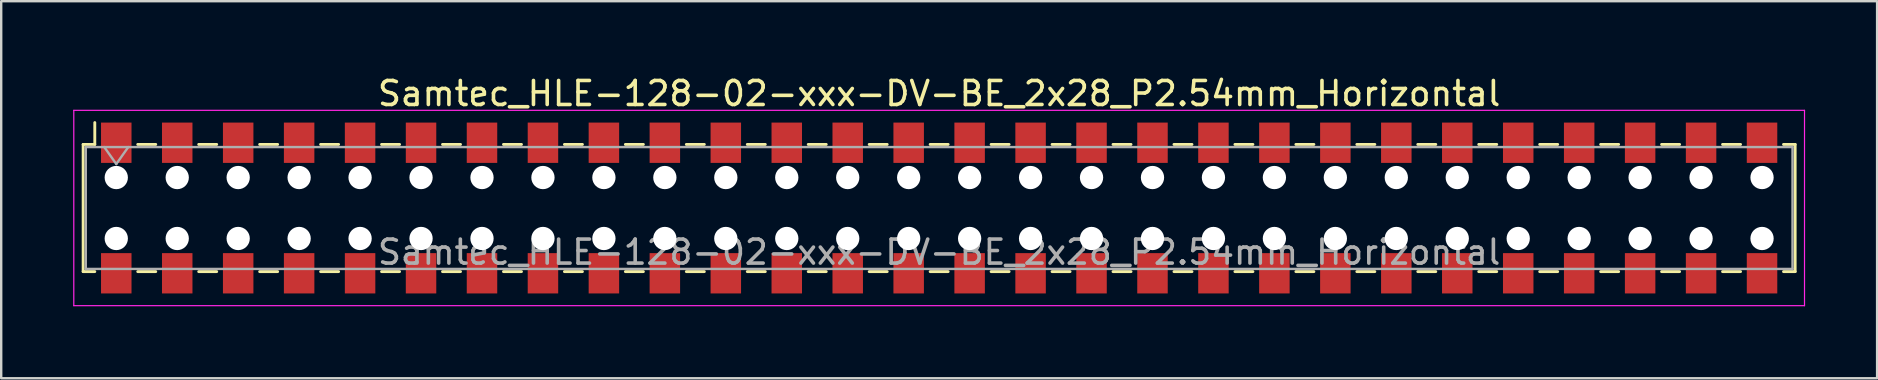
<source format=kicad_pcb>
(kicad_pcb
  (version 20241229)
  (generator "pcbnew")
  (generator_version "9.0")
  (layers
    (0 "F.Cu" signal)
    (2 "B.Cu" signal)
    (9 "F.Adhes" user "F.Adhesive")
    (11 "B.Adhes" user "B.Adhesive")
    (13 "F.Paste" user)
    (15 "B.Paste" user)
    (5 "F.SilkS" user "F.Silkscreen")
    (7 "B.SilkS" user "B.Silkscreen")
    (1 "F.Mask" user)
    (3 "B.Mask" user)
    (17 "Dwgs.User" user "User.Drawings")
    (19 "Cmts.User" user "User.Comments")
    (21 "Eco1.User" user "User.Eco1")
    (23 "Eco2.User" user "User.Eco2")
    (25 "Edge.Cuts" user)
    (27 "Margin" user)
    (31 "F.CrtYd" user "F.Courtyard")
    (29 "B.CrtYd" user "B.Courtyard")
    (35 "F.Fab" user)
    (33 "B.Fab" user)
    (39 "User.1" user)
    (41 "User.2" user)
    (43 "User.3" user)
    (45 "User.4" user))
  (footprint "Samtec_HLE-128-02-xxx-DV-BE_2x28_P2.54mm_Horizontal"
    (layer "F.Cu")
    (at 36.085 5.618)
    (property "Reference" "Samtec_HLE-128-02-xxx-DV-BE_2x28_P2.54mm_Horizontal" (at 0 -4.77 0) (layer "F.SilkS") (effects (font (size 1 1) (thickness 0.15))))
    (attr smd)
    (fp_line (start -35.67 -2.65) (end -35.67 2.65) (stroke (width 0.12) (type solid)) (layer "F.SilkS"))
    (fp_line (start -35.67 2.65) (end -35.185 2.65) (stroke (width 0.12) (type solid)) (layer "F.SilkS"))
    (fp_line (start -35.185 -3.56) (end -35.185 -2.65) (stroke (width 0.12) (type solid)) (layer "F.SilkS"))
    (fp_line (start -35.185 -2.65) (end -35.67 -2.65) (stroke (width 0.12) (type solid)) (layer "F.SilkS"))
    (fp_line (start -33.395 -2.65) (end -32.645 -2.65) (stroke (width 0.12) (type solid)) (layer "F.SilkS"))
    (fp_line (start -33.395 2.65) (end -32.645 2.65) (stroke (width 0.12) (type solid)) (layer "F.SilkS"))
    (fp_line (start -30.855 -2.65) (end -30.105 -2.65) (stroke (width 0.12) (type solid)) (layer "F.SilkS"))
    (fp_line (start -30.855 2.65) (end -30.105 2.65) (stroke (width 0.12) (type solid)) (layer "F.SilkS"))
    (fp_line (start -28.315 -2.65) (end -27.565 -2.65) (stroke (width 0.12) (type solid)) (layer "F.SilkS"))
    (fp_line (start -28.315 2.65) (end -27.565 2.65) (stroke (width 0.12) (type solid)) (layer "F.SilkS"))
    (fp_line (start -25.775 -2.65) (end -25.025 -2.65) (stroke (width 0.12) (type solid)) (layer "F.SilkS"))
    (fp_line (start -25.775 2.65) (end -25.025 2.65) (stroke (width 0.12) (type solid)) (layer "F.SilkS"))
    (fp_line (start -23.235 -2.65) (end -22.485 -2.65) (stroke (width 0.12) (type solid)) (layer "F.SilkS"))
    (fp_line (start -23.235 2.65) (end -22.485 2.65) (stroke (width 0.12) (type solid)) (layer "F.SilkS"))
    (fp_line (start -20.695 -2.65) (end -19.945 -2.65) (stroke (width 0.12) (type solid)) (layer "F.SilkS"))
    (fp_line (start -20.695 2.65) (end -19.945 2.65) (stroke (width 0.12) (type solid)) (layer "F.SilkS"))
    (fp_line (start -18.155 -2.65) (end -17.405 -2.65) (stroke (width 0.12) (type solid)) (layer "F.SilkS"))
    (fp_line (start -18.155 2.65) (end -17.405 2.65) (stroke (width 0.12) (type solid)) (layer "F.SilkS"))
    (fp_line (start -15.615 -2.65) (end -14.865 -2.65) (stroke (width 0.12) (type solid)) (layer "F.SilkS"))
    (fp_line (start -15.615 2.65) (end -14.865 2.65) (stroke (width 0.12) (type solid)) (layer "F.SilkS"))
    (fp_line (start -13.075 -2.65) (end -12.325 -2.65) (stroke (width 0.12) (type solid)) (layer "F.SilkS"))
    (fp_line (start -13.075 2.65) (end -12.325 2.65) (stroke (width 0.12) (type solid)) (layer "F.SilkS"))
    (fp_line (start -10.535 -2.65) (end -9.785 -2.65) (stroke (width 0.12) (type solid)) (layer "F.SilkS"))
    (fp_line (start -10.535 2.65) (end -9.785 2.65) (stroke (width 0.12) (type solid)) (layer "F.SilkS"))
    (fp_line (start -7.995 -2.65) (end -7.245 -2.65) (stroke (width 0.12) (type solid)) (layer "F.SilkS"))
    (fp_line (start -7.995 2.65) (end -7.245 2.65) (stroke (width 0.12) (type solid)) (layer "F.SilkS"))
    (fp_line (start -5.455 -2.65) (end -4.705 -2.65) (stroke (width 0.12) (type solid)) (layer "F.SilkS"))
    (fp_line (start -5.455 2.65) (end -4.705 2.65) (stroke (width 0.12) (type solid)) (layer "F.SilkS"))
    (fp_line (start -2.915 -2.65) (end -2.165 -2.65) (stroke (width 0.12) (type solid)) (layer "F.SilkS"))
    (fp_line (start -2.915 2.65) (end -2.165 2.65) (stroke (width 0.12) (type solid)) (layer "F.SilkS"))
    (fp_line (start -0.375 -2.65) (end 0.375 -2.65) (stroke (width 0.12) (type solid)) (layer "F.SilkS"))
    (fp_line (start -0.375 2.65) (end 0.375 2.65) (stroke (width 0.12) (type solid)) (layer "F.SilkS"))
    (fp_line (start 2.165 -2.65) (end 2.915 -2.65) (stroke (width 0.12) (type solid)) (layer "F.SilkS"))
    (fp_line (start 2.165 2.65) (end 2.915 2.65) (stroke (width 0.12) (type solid)) (layer "F.SilkS"))
    (fp_line (start 4.705 -2.65) (end 5.455 -2.65) (stroke (width 0.12) (type solid)) (layer "F.SilkS"))
    (fp_line (start 4.705 2.65) (end 5.455 2.65) (stroke (width 0.12) (type solid)) (layer "F.SilkS"))
    (fp_line (start 7.245 -2.65) (end 7.995 -2.65) (stroke (width 0.12) (type solid)) (layer "F.SilkS"))
    (fp_line (start 7.245 2.65) (end 7.995 2.65) (stroke (width 0.12) (type solid)) (layer "F.SilkS"))
    (fp_line (start 9.785 -2.65) (end 10.535 -2.65) (stroke (width 0.12) (type solid)) (layer "F.SilkS"))
    (fp_line (start 9.785 2.65) (end 10.535 2.65) (stroke (width 0.12) (type solid)) (layer "F.SilkS"))
    (fp_line (start 12.325 -2.65) (end 13.075 -2.65) (stroke (width 0.12) (type solid)) (layer "F.SilkS"))
    (fp_line (start 12.325 2.65) (end 13.075 2.65) (stroke (width 0.12) (type solid)) (layer "F.SilkS"))
    (fp_line (start 14.865 -2.65) (end 15.615 -2.65) (stroke (width 0.12) (type solid)) (layer "F.SilkS"))
    (fp_line (start 14.865 2.65) (end 15.615 2.65) (stroke (width 0.12) (type solid)) (layer "F.SilkS"))
    (fp_line (start 17.405 -2.65) (end 18.155 -2.65) (stroke (width 0.12) (type solid)) (layer "F.SilkS"))
    (fp_line (start 17.405 2.65) (end 18.155 2.65) (stroke (width 0.12) (type solid)) (layer "F.SilkS"))
    (fp_line (start 19.945 -2.65) (end 20.695 -2.65) (stroke (width 0.12) (type solid)) (layer "F.SilkS"))
    (fp_line (start 19.945 2.65) (end 20.695 2.65) (stroke (width 0.12) (type solid)) (layer "F.SilkS"))
    (fp_line (start 22.485 -2.65) (end 23.235 -2.65) (stroke (width 0.12) (type solid)) (layer "F.SilkS"))
    (fp_line (start 22.485 2.65) (end 23.235 2.65) (stroke (width 0.12) (type solid)) (layer "F.SilkS"))
    (fp_line (start 25.025 -2.65) (end 25.775 -2.65) (stroke (width 0.12) (type solid)) (layer "F.SilkS"))
    (fp_line (start 25.025 2.65) (end 25.775 2.65) (stroke (width 0.12) (type solid)) (layer "F.SilkS"))
    (fp_line (start 27.565 -2.65) (end 28.315 -2.65) (stroke (width 0.12) (type solid)) (layer "F.SilkS"))
    (fp_line (start 27.565 2.65) (end 28.315 2.65) (stroke (width 0.12) (type solid)) (layer "F.SilkS"))
    (fp_line (start 30.105 -2.65) (end 30.855 -2.65) (stroke (width 0.12) (type solid)) (layer "F.SilkS"))
    (fp_line (start 30.105 2.65) (end 30.855 2.65) (stroke (width 0.12) (type solid)) (layer "F.SilkS"))
    (fp_line (start 32.645 -2.65) (end 33.395 -2.65) (stroke (width 0.12) (type solid)) (layer "F.SilkS"))
    (fp_line (start 32.645 2.65) (end 33.395 2.65) (stroke (width 0.12) (type solid)) (layer "F.SilkS"))
    (fp_line (start 35.185 -2.65) (end 35.67 -2.65) (stroke (width 0.12) (type solid)) (layer "F.SilkS"))
    (fp_line (start 35.67 -2.65) (end 35.67 2.65) (stroke (width 0.12) (type solid)) (layer "F.SilkS"))
    (fp_line (start 35.67 2.65) (end 35.185 2.65) (stroke (width 0.12) (type solid)) (layer "F.SilkS"))
    (fp_line (start -36.06 -4.07) (end 36.06 -4.07) (stroke (width 0.05) (type solid)) (layer "F.CrtYd"))
    (fp_line (start -36.06 4.07) (end -36.06 -4.07) (stroke (width 0.05) (type solid)) (layer "F.CrtYd"))
    (fp_line (start 36.06 -4.07) (end 36.06 4.07) (stroke (width 0.05) (type solid)) (layer "F.CrtYd"))
    (fp_line (start 36.06 4.07) (end -36.06 4.07) (stroke (width 0.05) (type solid)) (layer "F.CrtYd"))
    (fp_line (start -35.56 -2.54) (end 35.56 -2.54) (stroke (width 0.1) (type solid)) (layer "F.Fab"))
    (fp_line (start -35.56 2.54) (end -35.56 -2.54) (stroke (width 0.1) (type solid)) (layer "F.Fab"))
    (fp_line (start -34.79 -2.54) (end -34.29 -1.833) (stroke (width 0.1) (type solid)) (layer "F.Fab"))
    (fp_line (start -34.29 -1.833) (end -33.79 -2.54) (stroke (width 0.1) (type solid)) (layer "F.Fab"))
    (fp_line (start 35.56 -2.54) (end 35.56 2.54) (stroke (width 0.1) (type solid)) (layer "F.Fab"))
    (fp_line (start 35.56 2.54) (end -35.56 2.54) (stroke (width 0.1) (type solid)) (layer "F.Fab"))
    (fp_text user "${REFERENCE}" (at 0 1.84 0) (layer "F.Fab") (effects (font (size 1 1) (thickness 0.15))))
    (pad "" np_thru_hole circle (at -34.29 -1.27) (size 0.97 0.97) (drill 0.97) (layers "*.Cu" "*.Mask"))
    (pad "" np_thru_hole circle (at -34.29 1.27) (size 0.97 0.97) (drill 0.97) (layers "*.Cu" "*.Mask"))
    (pad "" np_thru_hole circle (at -31.75 -1.27) (size 0.97 0.97) (drill 0.97) (layers "*.Cu" "*.Mask"))
    (pad "" np_thru_hole circle (at -31.75 1.27) (size 0.97 0.97) (drill 0.97) (layers "*.Cu" "*.Mask"))
    (pad "" np_thru_hole circle (at -29.21 -1.27) (size 0.97 0.97) (drill 0.97) (layers "*.Cu" "*.Mask"))
    (pad "" np_thru_hole circle (at -29.21 1.27) (size 0.97 0.97) (drill 0.97) (layers "*.Cu" "*.Mask"))
    (pad "" np_thru_hole circle (at -26.67 -1.27) (size 0.97 0.97) (drill 0.97) (layers "*.Cu" "*.Mask"))
    (pad "" np_thru_hole circle (at -26.67 1.27) (size 0.97 0.97) (drill 0.97) (layers "*.Cu" "*.Mask"))
    (pad "" np_thru_hole circle (at -24.13 -1.27) (size 0.97 0.97) (drill 0.97) (layers "*.Cu" "*.Mask"))
    (pad "" np_thru_hole circle (at -24.13 1.27) (size 0.97 0.97) (drill 0.97) (layers "*.Cu" "*.Mask"))
    (pad "" np_thru_hole circle (at -21.59 -1.27) (size 0.97 0.97) (drill 0.97) (layers "*.Cu" "*.Mask"))
    (pad "" np_thru_hole circle (at -21.59 1.27) (size 0.97 0.97) (drill 0.97) (layers "*.Cu" "*.Mask"))
    (pad "" np_thru_hole circle (at -19.05 -1.27) (size 0.97 0.97) (drill 0.97) (layers "*.Cu" "*.Mask"))
    (pad "" np_thru_hole circle (at -19.05 1.27) (size 0.97 0.97) (drill 0.97) (layers "*.Cu" "*.Mask"))
    (pad "" np_thru_hole circle (at -16.51 -1.27) (size 0.97 0.97) (drill 0.97) (layers "*.Cu" "*.Mask"))
    (pad "" np_thru_hole circle (at -16.51 1.27) (size 0.97 0.97) (drill 0.97) (layers "*.Cu" "*.Mask"))
    (pad "" np_thru_hole circle (at -13.97 -1.27) (size 0.97 0.97) (drill 0.97) (layers "*.Cu" "*.Mask"))
    (pad "" np_thru_hole circle (at -13.97 1.27) (size 0.97 0.97) (drill 0.97) (layers "*.Cu" "*.Mask"))
    (pad "" np_thru_hole circle (at -11.43 -1.27) (size 0.97 0.97) (drill 0.97) (layers "*.Cu" "*.Mask"))
    (pad "" np_thru_hole circle (at -11.43 1.27) (size 0.97 0.97) (drill 0.97) (layers "*.Cu" "*.Mask"))
    (pad "" np_thru_hole circle (at -8.89 -1.27) (size 0.97 0.97) (drill 0.97) (layers "*.Cu" "*.Mask"))
    (pad "" np_thru_hole circle (at -8.89 1.27) (size 0.97 0.97) (drill 0.97) (layers "*.Cu" "*.Mask"))
    (pad "" np_thru_hole circle (at -6.35 -1.27) (size 0.97 0.97) (drill 0.97) (layers "*.Cu" "*.Mask"))
    (pad "" np_thru_hole circle (at -6.35 1.27) (size 0.97 0.97) (drill 0.97) (layers "*.Cu" "*.Mask"))
    (pad "" np_thru_hole circle (at -3.81 -1.27) (size 0.97 0.97) (drill 0.97) (layers "*.Cu" "*.Mask"))
    (pad "" np_thru_hole circle (at -3.81 1.27) (size 0.97 0.97) (drill 0.97) (layers "*.Cu" "*.Mask"))
    (pad "" np_thru_hole circle (at -1.27 -1.27) (size 0.97 0.97) (drill 0.97) (layers "*.Cu" "*.Mask"))
    (pad "" np_thru_hole circle (at -1.27 1.27) (size 0.97 0.97) (drill 0.97) (layers "*.Cu" "*.Mask"))
    (pad "" np_thru_hole circle (at 1.27 -1.27) (size 0.97 0.97) (drill 0.97) (layers "*.Cu" "*.Mask"))
    (pad "" np_thru_hole circle (at 1.27 1.27) (size 0.97 0.97) (drill 0.97) (layers "*.Cu" "*.Mask"))
    (pad "" np_thru_hole circle (at 3.81 -1.27) (size 0.97 0.97) (drill 0.97) (layers "*.Cu" "*.Mask"))
    (pad "" np_thru_hole circle (at 3.81 1.27) (size 0.97 0.97) (drill 0.97) (layers "*.Cu" "*.Mask"))
    (pad "" np_thru_hole circle (at 6.35 -1.27) (size 0.97 0.97) (drill 0.97) (layers "*.Cu" "*.Mask"))
    (pad "" np_thru_hole circle (at 6.35 1.27) (size 0.97 0.97) (drill 0.97) (layers "*.Cu" "*.Mask"))
    (pad "" np_thru_hole circle (at 8.89 -1.27) (size 0.97 0.97) (drill 0.97) (layers "*.Cu" "*.Mask"))
    (pad "" np_thru_hole circle (at 8.89 1.27) (size 0.97 0.97) (drill 0.97) (layers "*.Cu" "*.Mask"))
    (pad "" np_thru_hole circle (at 11.43 -1.27) (size 0.97 0.97) (drill 0.97) (layers "*.Cu" "*.Mask"))
    (pad "" np_thru_hole circle (at 11.43 1.27) (size 0.97 0.97) (drill 0.97) (layers "*.Cu" "*.Mask"))
    (pad "" np_thru_hole circle (at 13.97 -1.27) (size 0.97 0.97) (drill 0.97) (layers "*.Cu" "*.Mask"))
    (pad "" np_thru_hole circle (at 13.97 1.27) (size 0.97 0.97) (drill 0.97) (layers "*.Cu" "*.Mask"))
    (pad "" np_thru_hole circle (at 16.51 -1.27) (size 0.97 0.97) (drill 0.97) (layers "*.Cu" "*.Mask"))
    (pad "" np_thru_hole circle (at 16.51 1.27) (size 0.97 0.97) (drill 0.97) (layers "*.Cu" "*.Mask"))
    (pad "" np_thru_hole circle (at 19.05 -1.27) (size 0.97 0.97) (drill 0.97) (layers "*.Cu" "*.Mask"))
    (pad "" np_thru_hole circle (at 19.05 1.27) (size 0.97 0.97) (drill 0.97) (layers "*.Cu" "*.Mask"))
    (pad "" np_thru_hole circle (at 21.59 -1.27) (size 0.97 0.97) (drill 0.97) (layers "*.Cu" "*.Mask"))
    (pad "" np_thru_hole circle (at 21.59 1.27) (size 0.97 0.97) (drill 0.97) (layers "*.Cu" "*.Mask"))
    (pad "" np_thru_hole circle (at 24.13 -1.27) (size 0.97 0.97) (drill 0.97) (layers "*.Cu" "*.Mask"))
    (pad "" np_thru_hole circle (at 24.13 1.27) (size 0.97 0.97) (drill 0.97) (layers "*.Cu" "*.Mask"))
    (pad "" np_thru_hole circle (at 26.67 -1.27) (size 0.97 0.97) (drill 0.97) (layers "*.Cu" "*.Mask"))
    (pad "" np_thru_hole circle (at 26.67 1.27) (size 0.97 0.97) (drill 0.97) (layers "*.Cu" "*.Mask"))
    (pad "" np_thru_hole circle (at 29.21 -1.27) (size 0.97 0.97) (drill 0.97) (layers "*.Cu" "*.Mask"))
    (pad "" np_thru_hole circle (at 29.21 1.27) (size 0.97 0.97) (drill 0.97) (layers "*.Cu" "*.Mask"))
    (pad "" np_thru_hole circle (at 31.75 -1.27) (size 0.97 0.97) (drill 0.97) (layers "*.Cu" "*.Mask"))
    (pad "" np_thru_hole circle (at 31.75 1.27) (size 0.97 0.97) (drill 0.97) (layers "*.Cu" "*.Mask"))
    (pad "" np_thru_hole circle (at 34.29 -1.27) (size 0.97 0.97) (drill 0.97) (layers "*.Cu" "*.Mask"))
    (pad "" np_thru_hole circle (at 34.29 1.27) (size 0.97 0.97) (drill 0.97) (layers "*.Cu" "*.Mask"))
    (pad "1" smd rect (at -34.29 -2.72) (size 1.27 1.68) (layers "F.Cu" "F.Mask" "F.Paste"))
    (pad "2" smd rect (at -34.29 2.72) (size 1.27 1.68) (layers "F.Cu" "F.Mask" "F.Paste"))
    (pad "3" smd rect (at -31.75 -2.72) (size 1.27 1.68) (layers "F.Cu" "F.Mask" "F.Paste"))
    (pad "4" smd rect (at -31.75 2.72) (size 1.27 1.68) (layers "F.Cu" "F.Mask" "F.Paste"))
    (pad "5" smd rect (at -29.21 -2.72) (size 1.27 1.68) (layers "F.Cu" "F.Mask" "F.Paste"))
    (pad "6" smd rect (at -29.21 2.72) (size 1.27 1.68) (layers "F.Cu" "F.Mask" "F.Paste"))
    (pad "7" smd rect (at -26.67 -2.72) (size 1.27 1.68) (layers "F.Cu" "F.Mask" "F.Paste"))
    (pad "8" smd rect (at -26.67 2.72) (size 1.27 1.68) (layers "F.Cu" "F.Mask" "F.Paste"))
    (pad "9" smd rect (at -24.13 -2.72) (size 1.27 1.68) (layers "F.Cu" "F.Mask" "F.Paste"))
    (pad "10" smd rect (at -24.13 2.72) (size 1.27 1.68) (layers "F.Cu" "F.Mask" "F.Paste"))
    (pad "11" smd rect (at -21.59 -2.72) (size 1.27 1.68) (layers "F.Cu" "F.Mask" "F.Paste"))
    (pad "12" smd rect (at -21.59 2.72) (size 1.27 1.68) (layers "F.Cu" "F.Mask" "F.Paste"))
    (pad "13" smd rect (at -19.05 -2.72) (size 1.27 1.68) (layers "F.Cu" "F.Mask" "F.Paste"))
    (pad "14" smd rect (at -19.05 2.72) (size 1.27 1.68) (layers "F.Cu" "F.Mask" "F.Paste"))
    (pad "15" smd rect (at -16.51 -2.72) (size 1.27 1.68) (layers "F.Cu" "F.Mask" "F.Paste"))
    (pad "16" smd rect (at -16.51 2.72) (size 1.27 1.68) (layers "F.Cu" "F.Mask" "F.Paste"))
    (pad "17" smd rect (at -13.97 -2.72) (size 1.27 1.68) (layers "F.Cu" "F.Mask" "F.Paste"))
    (pad "18" smd rect (at -13.97 2.72) (size 1.27 1.68) (layers "F.Cu" "F.Mask" "F.Paste"))
    (pad "19" smd rect (at -11.43 -2.72) (size 1.27 1.68) (layers "F.Cu" "F.Mask" "F.Paste"))
    (pad "20" smd rect (at -11.43 2.72) (size 1.27 1.68) (layers "F.Cu" "F.Mask" "F.Paste"))
    (pad "21" smd rect (at -8.89 -2.72) (size 1.27 1.68) (layers "F.Cu" "F.Mask" "F.Paste"))
    (pad "22" smd rect (at -8.89 2.72) (size 1.27 1.68) (layers "F.Cu" "F.Mask" "F.Paste"))
    (pad "23" smd rect (at -6.35 -2.72) (size 1.27 1.68) (layers "F.Cu" "F.Mask" "F.Paste"))
    (pad "24" smd rect (at -6.35 2.72) (size 1.27 1.68) (layers "F.Cu" "F.Mask" "F.Paste"))
    (pad "25" smd rect (at -3.81 -2.72) (size 1.27 1.68) (layers "F.Cu" "F.Mask" "F.Paste"))
    (pad "26" smd rect (at -3.81 2.72) (size 1.27 1.68) (layers "F.Cu" "F.Mask" "F.Paste"))
    (pad "27" smd rect (at -1.27 -2.72) (size 1.27 1.68) (layers "F.Cu" "F.Mask" "F.Paste"))
    (pad "28" smd rect (at -1.27 2.72) (size 1.27 1.68) (layers "F.Cu" "F.Mask" "F.Paste"))
    (pad "29" smd rect (at 1.27 -2.72) (size 1.27 1.68) (layers "F.Cu" "F.Mask" "F.Paste"))
    (pad "30" smd rect (at 1.27 2.72) (size 1.27 1.68) (layers "F.Cu" "F.Mask" "F.Paste"))
    (pad "31" smd rect (at 3.81 -2.72) (size 1.27 1.68) (layers "F.Cu" "F.Mask" "F.Paste"))
    (pad "32" smd rect (at 3.81 2.72) (size 1.27 1.68) (layers "F.Cu" "F.Mask" "F.Paste"))
    (pad "33" smd rect (at 6.35 -2.72) (size 1.27 1.68) (layers "F.Cu" "F.Mask" "F.Paste"))
    (pad "34" smd rect (at 6.35 2.72) (size 1.27 1.68) (layers "F.Cu" "F.Mask" "F.Paste"))
    (pad "35" smd rect (at 8.89 -2.72) (size 1.27 1.68) (layers "F.Cu" "F.Mask" "F.Paste"))
    (pad "36" smd rect (at 8.89 2.72) (size 1.27 1.68) (layers "F.Cu" "F.Mask" "F.Paste"))
    (pad "37" smd rect (at 11.43 -2.72) (size 1.27 1.68) (layers "F.Cu" "F.Mask" "F.Paste"))
    (pad "38" smd rect (at 11.43 2.72) (size 1.27 1.68) (layers "F.Cu" "F.Mask" "F.Paste"))
    (pad "39" smd rect (at 13.97 -2.72) (size 1.27 1.68) (layers "F.Cu" "F.Mask" "F.Paste"))
    (pad "40" smd rect (at 13.97 2.72) (size 1.27 1.68) (layers "F.Cu" "F.Mask" "F.Paste"))
    (pad "41" smd rect (at 16.51 -2.72) (size 1.27 1.68) (layers "F.Cu" "F.Mask" "F.Paste"))
    (pad "42" smd rect (at 16.51 2.72) (size 1.27 1.68) (layers "F.Cu" "F.Mask" "F.Paste"))
    (pad "43" smd rect (at 19.05 -2.72) (size 1.27 1.68) (layers "F.Cu" "F.Mask" "F.Paste"))
    (pad "44" smd rect (at 19.05 2.72) (size 1.27 1.68) (layers "F.Cu" "F.Mask" "F.Paste"))
    (pad "45" smd rect (at 21.59 -2.72) (size 1.27 1.68) (layers "F.Cu" "F.Mask" "F.Paste"))
    (pad "46" smd rect (at 21.59 2.72) (size 1.27 1.68) (layers "F.Cu" "F.Mask" "F.Paste"))
    (pad "47" smd rect (at 24.13 -2.72) (size 1.27 1.68) (layers "F.Cu" "F.Mask" "F.Paste"))
    (pad "48" smd rect (at 24.13 2.72) (size 1.27 1.68) (layers "F.Cu" "F.Mask" "F.Paste"))
    (pad "49" smd rect (at 26.67 -2.72) (size 1.27 1.68) (layers "F.Cu" "F.Mask" "F.Paste"))
    (pad "50" smd rect (at 26.67 2.72) (size 1.27 1.68) (layers "F.Cu" "F.Mask" "F.Paste"))
    (pad "51" smd rect (at 29.21 -2.72) (size 1.27 1.68) (layers "F.Cu" "F.Mask" "F.Paste"))
    (pad "52" smd rect (at 29.21 2.72) (size 1.27 1.68) (layers "F.Cu" "F.Mask" "F.Paste"))
    (pad "53" smd rect (at 31.75 -2.72) (size 1.27 1.68) (layers "F.Cu" "F.Mask" "F.Paste"))
    (pad "54" smd rect (at 31.75 2.72) (size 1.27 1.68) (layers "F.Cu" "F.Mask" "F.Paste"))
    (pad "55" smd rect (at 34.29 -2.72) (size 1.27 1.68) (layers "F.Cu" "F.Mask" "F.Paste"))
    (pad "56" smd rect (at 34.29 2.72) (size 1.27 1.68) (layers "F.Cu" "F.Mask" "F.Paste")))
  (gr_rect
    (start -3 -3)
    (end 75.17 12.713)
    (stroke (width 0.1) (type default))
    (fill no)
    (layer "Edge.Cuts")))
</source>
